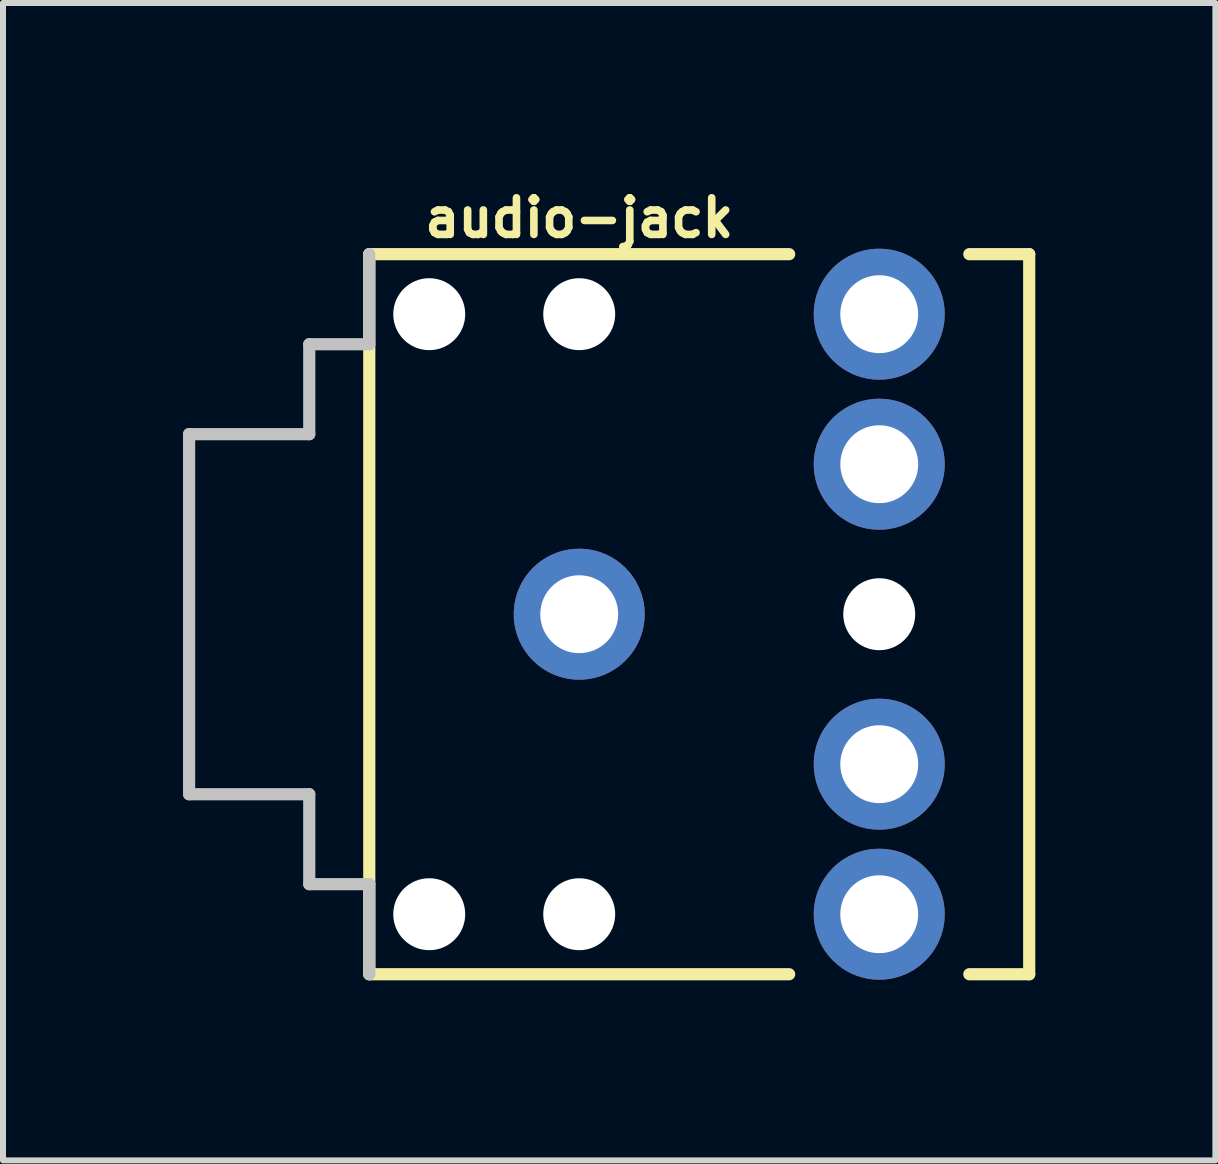
<source format=kicad_pcb>
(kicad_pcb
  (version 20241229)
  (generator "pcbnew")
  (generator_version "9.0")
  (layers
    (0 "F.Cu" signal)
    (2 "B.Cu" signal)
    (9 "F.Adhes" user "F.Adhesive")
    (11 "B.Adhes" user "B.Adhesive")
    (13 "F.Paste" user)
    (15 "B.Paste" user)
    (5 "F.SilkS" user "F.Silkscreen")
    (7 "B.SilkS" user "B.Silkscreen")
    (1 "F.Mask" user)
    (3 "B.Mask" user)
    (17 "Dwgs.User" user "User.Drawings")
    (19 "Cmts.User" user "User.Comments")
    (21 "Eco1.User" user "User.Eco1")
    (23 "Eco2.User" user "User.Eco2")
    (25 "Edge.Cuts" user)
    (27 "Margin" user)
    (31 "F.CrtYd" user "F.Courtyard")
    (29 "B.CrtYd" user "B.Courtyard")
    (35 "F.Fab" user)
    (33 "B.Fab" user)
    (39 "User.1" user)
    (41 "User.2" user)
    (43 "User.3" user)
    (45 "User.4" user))
  (footprint "audio-jack"
    (layer "F.Cu")
    (at 6.601 7.184)
    (property "Reference" "audio-jack" (at 0 -6.604 0) (layer "F.SilkS") (effects (font (size 0.61 0.61) (thickness 0.127))))
    (attr exclude_from_pos_files exclude_from_bom)
    (fp_line (start -3.498 -5.999) (end -3.498 5.999) (stroke (width 0.203) (type solid)) (layer "F.SilkS"))
    (fp_line (start -3.498 -5.999) (end 3.498 -5.999) (stroke (width 0.203) (type solid)) (layer "F.SilkS"))
    (fp_line (start -3.498 5.999) (end 3.498 5.999) (stroke (width 0.203) (type solid)) (layer "F.SilkS"))
    (fp_line (start 7.498 -5.999) (end 6.5 -5.999) (stroke (width 0.203) (type solid)) (layer "F.SilkS"))
    (fp_line (start 7.498 -5.999) (end 7.498 5.999) (stroke (width 0.203) (type solid)) (layer "F.SilkS"))
    (fp_line (start 7.498 5.999) (end 6.5 5.999) (stroke (width 0.203) (type solid)) (layer "F.SilkS"))
    (fp_line (start -6.5 -3) (end -6.5 3) (stroke (width 0.203) (type solid)) (layer "Dwgs.User"))
    (fp_line (start -6.5 -3) (end -4.498 -3) (stroke (width 0.203) (type solid)) (layer "Dwgs.User"))
    (fp_line (start -6.5 3) (end -4.498 3) (stroke (width 0.203) (type solid)) (layer "Dwgs.User"))
    (fp_line (start -4.498 -4.498) (end -4.498 -3) (stroke (width 0.203) (type solid)) (layer "Dwgs.User"))
    (fp_line (start -4.498 -4.498) (end -3.498 -4.498) (stroke (width 0.203) (type solid)) (layer "Dwgs.User"))
    (fp_line (start -4.498 3) (end -4.498 4.498) (stroke (width 0.203) (type solid)) (layer "Dwgs.User"))
    (fp_line (start -4.498 4.498) (end -3.498 4.498) (stroke (width 0.203) (type solid)) (layer "Dwgs.User"))
    (fp_line (start -3.498 -5.999) (end -3.498 -4.498) (stroke (width 0.203) (type solid)) (layer "Dwgs.User"))
    (fp_line (start -3.498 4.498) (end -3.498 5.999) (stroke (width 0.203) (type solid)) (layer "Dwgs.User"))
    (pad "" np_thru_hole circle (at -2.499 -4.999) (size 1.199 1.199) (drill 1.199) (layers "*.Cu" "*.Mask"))
    (pad "" np_thru_hole circle (at -2.499 4.999) (size 1.199 1.199) (drill 1.199) (layers "*.Cu" "*.Mask"))
    (pad "" np_thru_hole circle (at 0 -4.999) (size 1.199 1.199) (drill 1.199) (layers "*.Cu" "*.Mask"))
    (pad "" np_thru_hole circle (at 0 4.999) (size 1.199 1.199) (drill 1.199) (layers "*.Cu" "*.Mask"))
    (pad "" np_thru_hole circle (at 4.999 0) (size 1.199 1.199) (drill 1.199) (layers "*.Cu" "*.Mask"))
    (pad "R" thru_hole circle (at 4.999 -4.999) (size 2.182 2.182) (drill 1.298) (layers "*.Cu" "*.Mask"))
    (pad "RN" thru_hole circle (at 4.999 -2.499) (size 2.182 2.182) (drill 1.298) (layers "*.Cu" "*.Mask"))
    (pad "S" thru_hole circle (at 0 0) (size 2.182 2.182) (drill 1.298) (layers "*.Cu" "*.Mask"))
    (pad "T" thru_hole circle (at 4.999 4.999) (size 2.182 2.182) (drill 1.298) (layers "*.Cu" "*.Mask"))
    (pad "TN" thru_hole circle (at 4.999 2.499) (size 2.182 2.182) (drill 1.298) (layers "*.Cu" "*.Mask")))
  (gr_rect
    (start -3 -3)
    (end 17.201 16.285)
    (stroke (width 0.1) (type default))
    (fill no)
    (layer "Edge.Cuts")))
</source>
